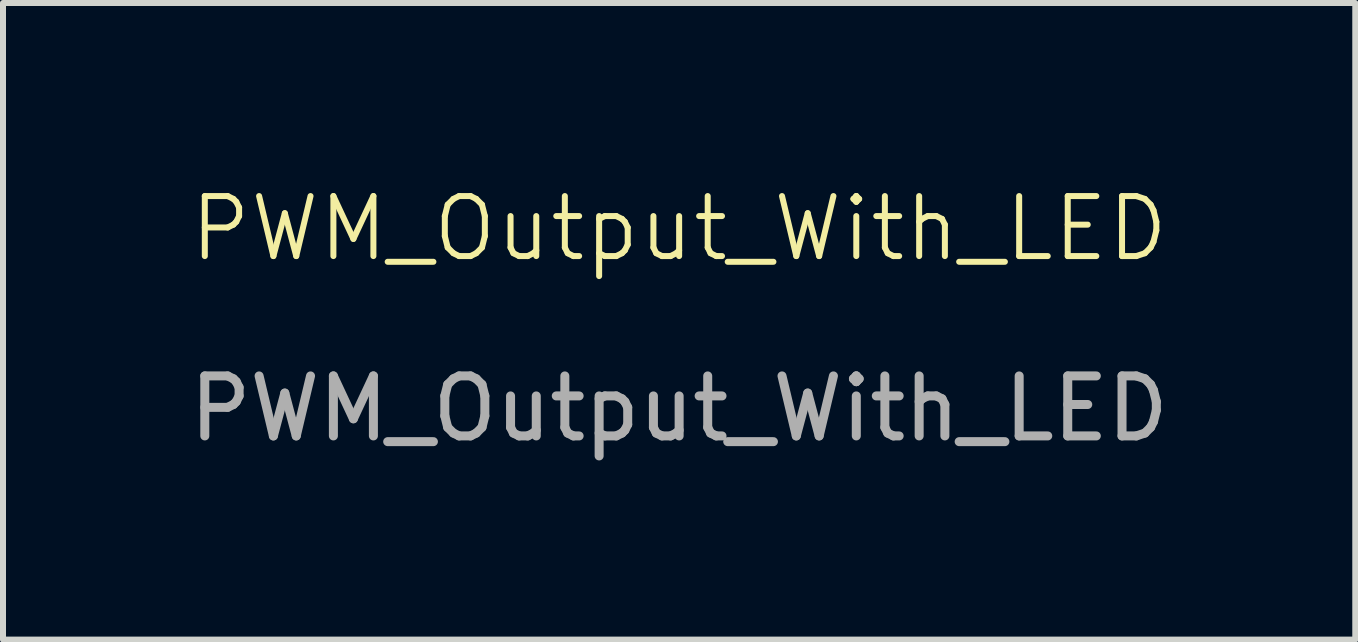
<source format=kicad_pcb>
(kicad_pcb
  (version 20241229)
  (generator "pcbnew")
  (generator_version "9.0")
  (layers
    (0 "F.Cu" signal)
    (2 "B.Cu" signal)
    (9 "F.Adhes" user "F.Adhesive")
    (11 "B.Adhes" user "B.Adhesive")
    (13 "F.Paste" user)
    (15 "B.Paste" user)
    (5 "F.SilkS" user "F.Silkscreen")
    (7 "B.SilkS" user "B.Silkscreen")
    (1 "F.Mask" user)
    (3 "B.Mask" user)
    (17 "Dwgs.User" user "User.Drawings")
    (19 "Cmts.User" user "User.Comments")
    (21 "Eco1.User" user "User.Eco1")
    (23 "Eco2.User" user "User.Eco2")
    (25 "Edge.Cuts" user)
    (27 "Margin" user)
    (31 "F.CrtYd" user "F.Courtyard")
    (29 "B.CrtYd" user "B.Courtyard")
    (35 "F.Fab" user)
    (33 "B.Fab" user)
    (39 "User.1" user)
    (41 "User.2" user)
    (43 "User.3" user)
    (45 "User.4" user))
  (footprint "PWM_Output_With_LED"
    (layer "F.Cu")
    (at 8.268 1.26)
    (property "Reference" "PWM_Output_With_LED" (at 0 -0.5 0) (unlocked yes) (layer "F.SilkS") (effects (font (size 1 1) (thickness 0.1))))
    (attr smd)
    (fp_text user "${REFERENCE}" (at 0 2.5 0) (unlocked yes) (layer "F.Fab") (effects (font (size 1 1) (thickness 0.15)))))
  (gr_rect
    (start -3 -3)
    (end 19.536 7.609)
    (stroke (width 0.1) (type default))
    (fill no)
    (layer "Edge.Cuts")))
</source>
